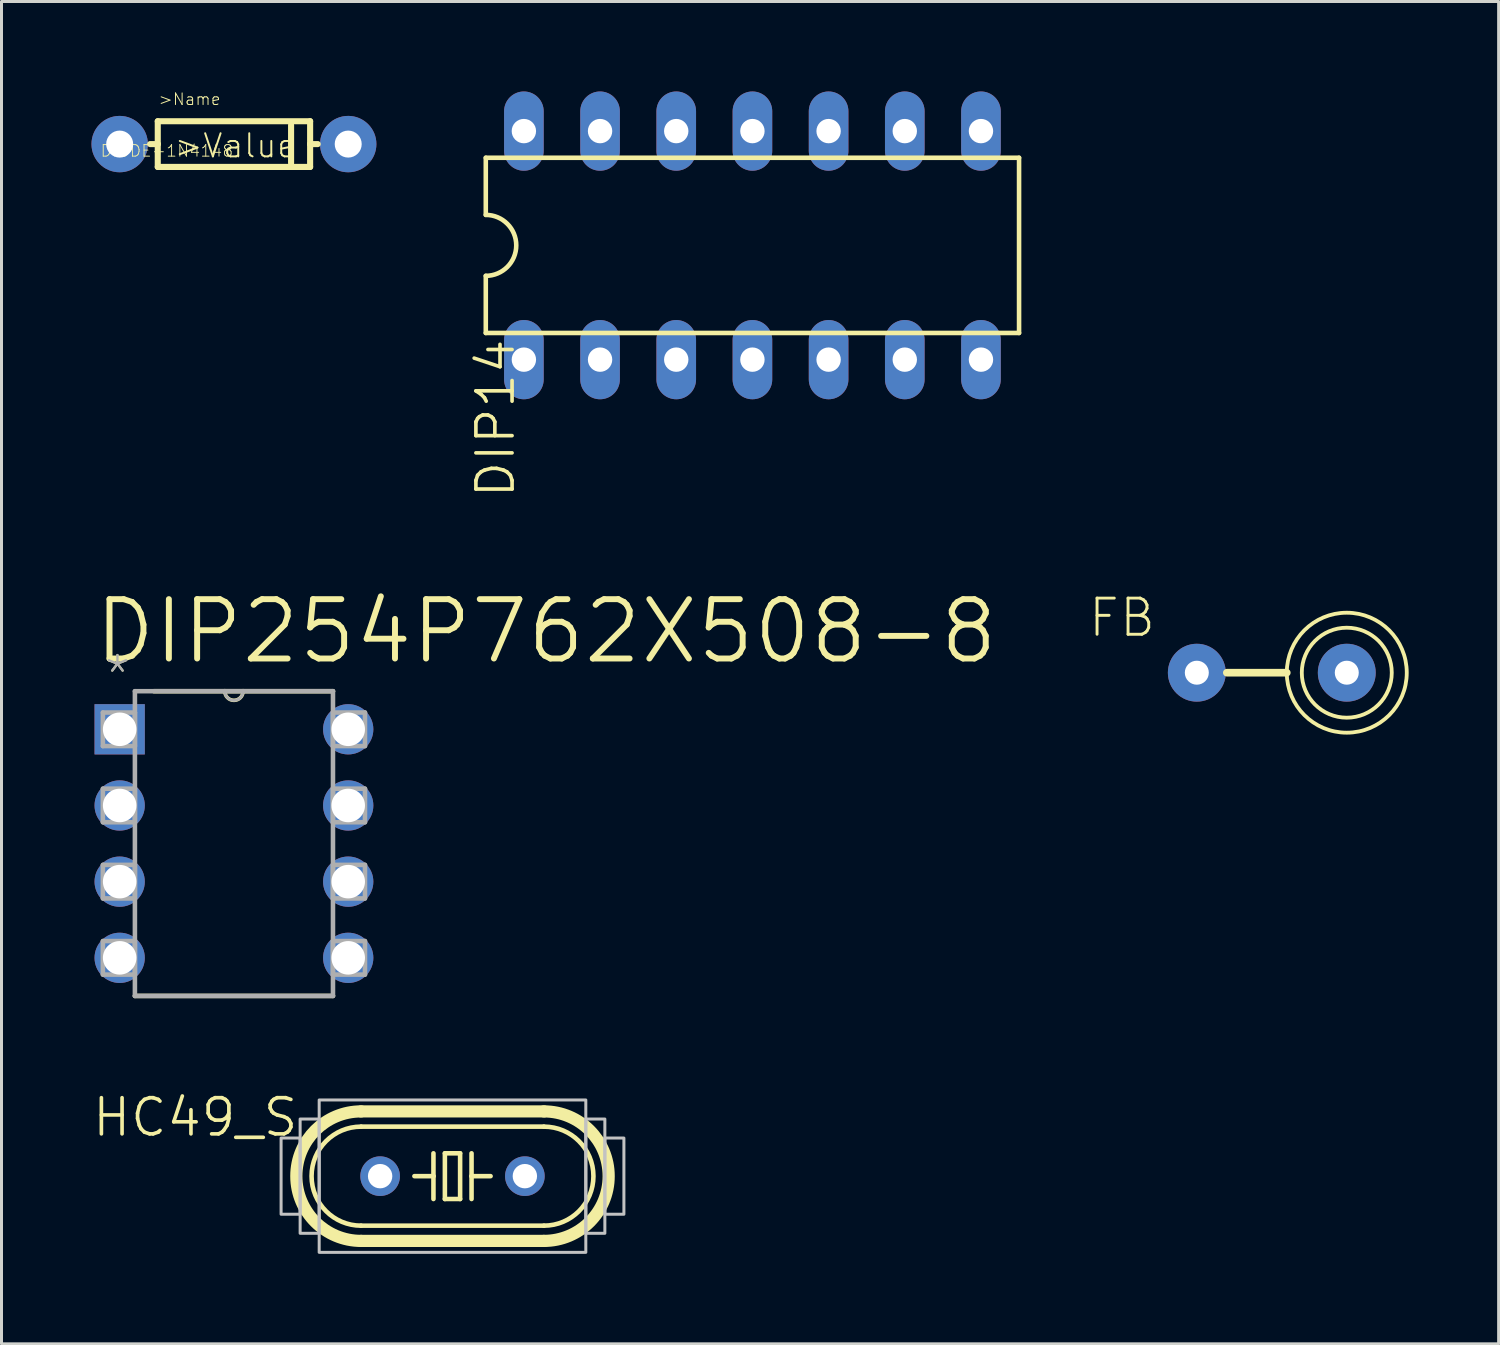
<source format=kicad_pcb>
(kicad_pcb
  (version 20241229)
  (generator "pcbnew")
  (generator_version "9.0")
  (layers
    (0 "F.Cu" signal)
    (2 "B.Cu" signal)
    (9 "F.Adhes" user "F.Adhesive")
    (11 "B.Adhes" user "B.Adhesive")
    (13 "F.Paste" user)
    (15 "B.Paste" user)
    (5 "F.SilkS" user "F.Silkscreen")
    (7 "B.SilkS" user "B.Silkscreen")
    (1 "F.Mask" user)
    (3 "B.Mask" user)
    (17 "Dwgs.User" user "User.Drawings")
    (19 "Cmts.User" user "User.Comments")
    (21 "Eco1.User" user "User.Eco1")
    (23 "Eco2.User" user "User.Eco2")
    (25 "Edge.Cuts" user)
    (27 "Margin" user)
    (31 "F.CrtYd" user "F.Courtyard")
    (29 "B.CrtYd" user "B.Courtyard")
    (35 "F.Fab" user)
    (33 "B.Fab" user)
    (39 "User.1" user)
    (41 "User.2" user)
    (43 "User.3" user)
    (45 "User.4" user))
  (footprint "DIODE-1N4148"
    (layer "F.Cu")
    (at 4.75 1.754)
    (property "Reference" "DIODE-1N4148" (at 0 0 180) (layer "F.SilkS") (effects (font (size 0.386 0.386) (thickness 0.031)) (justify right top)))
    (attr through_hole)
    (fp_line (start -2.54 -0.762) (end 2.54 -0.762) (stroke (width 0.203) (type solid)) (layer "F.SilkS"))
    (fp_line (start -2.54 0) (end -2.794 0) (stroke (width 0.203) (type solid)) (layer "F.SilkS"))
    (fp_line (start -2.54 0) (end -2.54 -0.762) (stroke (width 0.203) (type solid)) (layer "F.SilkS"))
    (fp_line (start -2.54 0.762) (end -2.54 0) (stroke (width 0.203) (type solid)) (layer "F.SilkS"))
    (fp_line (start 1.905 -0.635) (end 1.905 0.635) (stroke (width 0.203) (type solid)) (layer "F.SilkS"))
    (fp_line (start 2.54 -0.762) (end 2.54 0) (stroke (width 0.203) (type solid)) (layer "F.SilkS"))
    (fp_line (start 2.54 0) (end 2.54 0.762) (stroke (width 0.203) (type solid)) (layer "F.SilkS"))
    (fp_line (start 2.54 0) (end 2.794 0) (stroke (width 0.203) (type solid)) (layer "F.SilkS"))
    (fp_line (start 2.54 0.762) (end -2.54 0.762) (stroke (width 0.203) (type solid)) (layer "F.SilkS"))
    (fp_text user ">Name" (at -2.54 -1.27 0) (layer "F.SilkS") (effects (font (size 0.386 0.386) (thickness 0.033)) (justify left bottom)))
    (fp_text user ">Value" (at -2.032 0.508 0) (layer "F.SilkS") (effects (font (size 0.772 0.772) (thickness 0.065)) (justify left bottom)))
    (pad "A" thru_hole circle (at -3.81 0) (size 1.88 1.88) (drill 0.9) (layers "*.Cu" "*.Mask"))
    (pad "C" thru_hole circle (at 3.81 0) (size 1.88 1.88) (drill 0.9) (layers "*.Cu" "*.Mask")))
  (footprint "DIP14"
    (layer "F.Cu")
    (at 22.037 5.131)
    (property "Reference" "DIP14" (at -9.271 3.048 270) (layer "F.SilkS") (effects (font (size 1.206 1.206) (thickness 0.121)) (justify right top)))
    (attr through_hole)
    (fp_line (start -8.89 -2.921) (end -8.89 -1.016) (stroke (width 0.152) (type solid)) (layer "F.SilkS"))
    (fp_line (start -8.89 2.921) (end -8.89 1.016) (stroke (width 0.152) (type solid)) (layer "F.SilkS"))
    (fp_line (start -8.89 2.921) (end 8.89 2.921) (stroke (width 0.152) (type solid)) (layer "F.SilkS"))
    (fp_line (start 8.89 -2.921) (end -8.89 -2.921) (stroke (width 0.152) (type solid)) (layer "F.SilkS"))
    (fp_line (start 8.89 -2.921) (end 8.89 2.921) (stroke (width 0.152) (type solid)) (layer "F.SilkS"))
    (fp_arc (start -8.89 -1.016) (mid -7.874 0) (end -8.89 1.016) (stroke (width 0.1524) (type solid)) (layer "F.SilkS"))
    (pad "1" thru_hole oval (at -7.62 3.81 90) (size 2.642 1.321) (drill 0.813) (layers "*.Cu" "*.Mask"))
    (pad "2" thru_hole oval (at -5.08 3.81 90) (size 2.642 1.321) (drill 0.813) (layers "*.Cu" "*.Mask"))
    (pad "3" thru_hole oval (at -2.54 3.81 90) (size 2.642 1.321) (drill 0.813) (layers "*.Cu" "*.Mask"))
    (pad "4" thru_hole oval (at 0 3.81 90) (size 2.642 1.321) (drill 0.813) (layers "*.Cu" "*.Mask"))
    (pad "5" thru_hole oval (at 2.54 3.81 90) (size 2.642 1.321) (drill 0.813) (layers "*.Cu" "*.Mask"))
    (pad "6" thru_hole oval (at 5.08 3.81 90) (size 2.642 1.321) (drill 0.813) (layers "*.Cu" "*.Mask"))
    (pad "7" thru_hole oval (at 7.62 3.81 90) (size 2.642 1.321) (drill 0.813) (layers "*.Cu" "*.Mask"))
    (pad "8" thru_hole oval (at 7.62 -3.81 90) (size 2.642 1.321) (drill 0.813) (layers "*.Cu" "*.Mask"))
    (pad "9" thru_hole oval (at 5.08 -3.81 90) (size 2.642 1.321) (drill 0.813) (layers "*.Cu" "*.Mask"))
    (pad "10" thru_hole oval (at 2.54 -3.81 90) (size 2.642 1.321) (drill 0.813) (layers "*.Cu" "*.Mask"))
    (pad "11" thru_hole oval (at 0 -3.81 90) (size 2.642 1.321) (drill 0.813) (layers "*.Cu" "*.Mask"))
    (pad "12" thru_hole oval (at -2.54 -3.81 90) (size 2.642 1.321) (drill 0.813) (layers "*.Cu" "*.Mask"))
    (pad "13" thru_hole oval (at -5.08 -3.81 90) (size 2.642 1.321) (drill 0.813) (layers "*.Cu" "*.Mask"))
    (pad "14" thru_hole oval (at -7.62 -3.81 90) (size 2.642 1.321) (drill 0.813) (layers "*.Cu" "*.Mask")))
  (footprint "HC49_S"
    (layer "F.Cu")
    (at 12.037 36.165)
    (property "Reference" "HC49_S" (at -5.08 -2.667 180) (layer "F.SilkS") (effects (font (size 1.206 1.206) (thickness 0.121)) (justify right top)))
    (attr through_hole)
    (fp_line (start -3.048 -2.159) (end 3.048 -2.159) (stroke (width 0.406) (type solid)) (layer "F.SilkS"))
    (fp_line (start -3.048 1.651) (end 3.048 1.651) (stroke (width 0.152) (type solid)) (layer "F.SilkS"))
    (fp_line (start -3.048 2.159) (end 3.048 2.159) (stroke (width 0.406) (type solid)) (layer "F.SilkS"))
    (fp_line (start -0.635 -0.762) (end -0.635 0) (stroke (width 0.152) (type solid)) (layer "F.SilkS"))
    (fp_line (start -0.635 0) (end -1.27 0) (stroke (width 0.152) (type solid)) (layer "F.SilkS"))
    (fp_line (start -0.635 0) (end -0.635 0.762) (stroke (width 0.152) (type solid)) (layer "F.SilkS"))
    (fp_line (start -0.254 -0.762) (end 0.254 -0.762) (stroke (width 0.152) (type solid)) (layer "F.SilkS"))
    (fp_line (start -0.254 0.762) (end -0.254 -0.762) (stroke (width 0.152) (type solid)) (layer "F.SilkS"))
    (fp_line (start 0.254 -0.762) (end 0.254 0.762) (stroke (width 0.152) (type solid)) (layer "F.SilkS"))
    (fp_line (start 0.254 0.762) (end -0.254 0.762) (stroke (width 0.152) (type solid)) (layer "F.SilkS"))
    (fp_line (start 0.635 -0.762) (end 0.635 0) (stroke (width 0.152) (type solid)) (layer "F.SilkS"))
    (fp_line (start 0.635 0) (end 0.635 0.762) (stroke (width 0.152) (type solid)) (layer "F.SilkS"))
    (fp_line (start 0.635 0) (end 1.27 0) (stroke (width 0.152) (type solid)) (layer "F.SilkS"))
    (fp_line (start 3.048 -1.651) (end -3.048 -1.651) (stroke (width 0.152) (type solid)) (layer "F.SilkS"))
    (fp_arc (start -3.048 1.651) (mid -4.699 0) (end -3.048 -1.651) (stroke (width 0.1524) (type solid)) (layer "F.SilkS"))
    (fp_arc (start -3.048 2.159) (mid -5.207 0) (end -3.048 -2.159) (stroke (width 0.4064) (type solid)) (layer "F.SilkS"))
    (fp_arc (start 3.048 -2.159) (mid 5.207 0) (end 3.048 2.159) (stroke (width 0.4064) (type solid)) (layer "F.SilkS"))
    (fp_arc (start 3.048 -1.651) (mid 4.699 0) (end 3.048 1.651) (stroke (width 0.1524) (type solid)) (layer "F.SilkS"))
    (fp_poly (pts (xy -5.715 1.27) (xy -5.08 1.27) (xy -5.08 -1.27) (xy -5.715 -1.27)) (stroke (width 0.1) (type solid)) (fill no) (layer "Dwgs.User"))
    (fp_poly (pts (xy -5.08 1.905) (xy -4.445 1.905) (xy -4.445 -1.905) (xy -5.08 -1.905)) (stroke (width 0.1) (type solid)) (fill no) (layer "Dwgs.User"))
    (fp_poly (pts (xy -4.445 2.54) (xy 4.445 2.54) (xy 4.445 -2.54) (xy -4.445 -2.54)) (stroke (width 0.1) (type solid)) (fill no) (layer "Dwgs.User"))
    (fp_poly (pts (xy 4.445 1.905) (xy 5.08 1.905) (xy 5.08 -1.905) (xy 4.445 -1.905)) (stroke (width 0.1) (type solid)) (fill no) (layer "Dwgs.User"))
    (fp_poly (pts (xy 5.08 1.27) (xy 5.715 1.27) (xy 5.715 -1.27) (xy 5.08 -1.27)) (stroke (width 0.1) (type solid)) (fill no) (layer "Dwgs.User"))
    (pad "1" thru_hole circle (at -2.413 0) (size 1.321 1.321) (drill 0.813) (layers "*.Cu" "*.Mask"))
    (pad "2" thru_hole circle (at 2.413 0) (size 1.321 1.321) (drill 0.813) (layers "*.Cu" "*.Mask")))
  (footprint "FB"
    (layer "F.Cu")
    (at 39.354 19.379)
    (property "Reference" "FB" (at -3.81 -2.54 180) (layer "F.SilkS") (effects (font (size 1.206 1.206) (thickness 0.097)) (justify right top)))
    (attr through_hole)
    (fp_line (start 0.5 0) (end -1.5 0) (stroke (width 0.254) (type solid)) (layer "F.SilkS"))
    (fp_circle (center 2.5 0) (end 4 0) (stroke (width 0.127) (type solid)) (fill no) (layer "F.SilkS"))
    (fp_circle (center 2.5 0) (end 4.5 0) (stroke (width 0.127) (type solid)) (fill no) (layer "F.SilkS"))
    (pad "P$1" thru_hole circle (at -2.5 0) (size 1.93 1.93) (drill 0.8) (layers "*.Cu" "*.Mask"))
    (pad "P$2" thru_hole circle (at 2.5 0) (size 1.93 1.93) (drill 0.8) (layers "*.Cu" "*.Mask")))
  (footprint "DIP254P762X508-8"
    (layer "F.Cu")
    (at 8.56 28.886)
    (property "Reference" "DIP254P762X508-8" (at -8.56 -9.728 0) (layer "F.SilkS") (effects (font (size 1.979 1.979) (thickness 0.198)) (justify left bottom)))
    (attr through_hole)
    (fp_line (start -7.112 1.27) (end -0.508 1.27) (stroke (width 0.152) (type solid)) (layer "F.SilkS"))
    (fp_line (start -4.115 -8.89) (end -6.477 -8.89) (stroke (width 0.152) (type solid)) (layer "F.SilkS"))
    (fp_line (start -3.505 -8.89) (end -4.115 -8.89) (stroke (width 0.152) (type solid)) (layer "F.SilkS"))
    (fp_line (start -0.508 -8.89) (end -3.505 -8.89) (stroke (width 0.152) (type solid)) (layer "F.SilkS"))
    (fp_arc (start -3.5052 -8.89) (mid -3.81 -8.5852) (end -4.1148 -8.89) (stroke (width 0.12) (type solid)) (layer "F.SilkS"))
    (fp_line (start -8.179 -8.179) (end -8.179 -7.061) (stroke (width 0.152) (type solid)) (layer "F.Fab"))
    (fp_line (start -8.179 -7.061) (end -7.112 -7.061) (stroke (width 0.152) (type solid)) (layer "F.Fab"))
    (fp_line (start -8.179 -5.639) (end -8.179 -4.521) (stroke (width 0.152) (type solid)) (layer "F.Fab"))
    (fp_line (start -8.179 -4.521) (end -7.112 -4.521) (stroke (width 0.152) (type solid)) (layer "F.Fab"))
    (fp_line (start -8.179 -3.099) (end -8.179 -1.981) (stroke (width 0.152) (type solid)) (layer "F.Fab"))
    (fp_line (start -8.179 -1.981) (end -7.112 -1.981) (stroke (width 0.152) (type solid)) (layer "F.Fab"))
    (fp_line (start -8.179 -0.559) (end -8.179 0.559) (stroke (width 0.152) (type solid)) (layer "F.Fab"))
    (fp_line (start -8.179 0.559) (end -7.112 0.559) (stroke (width 0.152) (type solid)) (layer "F.Fab"))
    (fp_line (start -7.112 -8.89) (end -7.112 1.27) (stroke (width 0.152) (type solid)) (layer "F.Fab"))
    (fp_line (start -7.112 -8.179) (end -8.179 -8.179) (stroke (width 0.152) (type solid)) (layer "F.Fab"))
    (fp_line (start -7.112 -7.061) (end -7.112 -8.179) (stroke (width 0.152) (type solid)) (layer "F.Fab"))
    (fp_line (start -7.112 -5.639) (end -8.179 -5.639) (stroke (width 0.152) (type solid)) (layer "F.Fab"))
    (fp_line (start -7.112 -4.521) (end -7.112 -5.639) (stroke (width 0.152) (type solid)) (layer "F.Fab"))
    (fp_line (start -7.112 -3.099) (end -8.179 -3.099) (stroke (width 0.152) (type solid)) (layer "F.Fab"))
    (fp_line (start -7.112 -1.981) (end -7.112 -3.099) (stroke (width 0.152) (type solid)) (layer "F.Fab"))
    (fp_line (start -7.112 -0.559) (end -8.179 -0.559) (stroke (width 0.152) (type solid)) (layer "F.Fab"))
    (fp_line (start -7.112 0.559) (end -7.112 -0.559) (stroke (width 0.152) (type solid)) (layer "F.Fab"))
    (fp_line (start -7.112 1.27) (end -0.508 1.27) (stroke (width 0.152) (type solid)) (layer "F.Fab"))
    (fp_line (start -4.115 -8.89) (end -7.112 -8.89) (stroke (width 0.152) (type solid)) (layer "F.Fab"))
    (fp_line (start -3.505 -8.89) (end -4.115 -8.89) (stroke (width 0.152) (type solid)) (layer "F.Fab"))
    (fp_line (start -0.508 -8.89) (end -3.505 -8.89) (stroke (width 0.152) (type solid)) (layer "F.Fab"))
    (fp_line (start -0.508 -8.179) (end -0.508 -7.061) (stroke (width 0.152) (type solid)) (layer "F.Fab"))
    (fp_line (start -0.508 -7.061) (end 0.559 -7.061) (stroke (width 0.152) (type solid)) (layer "F.Fab"))
    (fp_line (start -0.508 -5.639) (end -0.508 -4.521) (stroke (width 0.152) (type solid)) (layer "F.Fab"))
    (fp_line (start -0.508 -4.521) (end 0.559 -4.521) (stroke (width 0.152) (type solid)) (layer "F.Fab"))
    (fp_line (start -0.508 -3.099) (end -0.508 -1.981) (stroke (width 0.152) (type solid)) (layer "F.Fab"))
    (fp_line (start -0.508 -1.981) (end 0.559 -1.981) (stroke (width 0.152) (type solid)) (layer "F.Fab"))
    (fp_line (start -0.508 -0.559) (end -0.508 0.559) (stroke (width 0.152) (type solid)) (layer "F.Fab"))
    (fp_line (start -0.508 0.559) (end 0.559 0.559) (stroke (width 0.152) (type solid)) (layer "F.Fab"))
    (fp_line (start -0.508 1.27) (end -0.508 -8.89) (stroke (width 0.152) (type solid)) (layer "F.Fab"))
    (fp_line (start 0.559 -8.179) (end -0.508 -8.179) (stroke (width 0.152) (type solid)) (layer "F.Fab"))
    (fp_line (start 0.559 -7.061) (end 0.559 -8.179) (stroke (width 0.152) (type solid)) (layer "F.Fab"))
    (fp_line (start 0.559 -5.639) (end -0.508 -5.639) (stroke (width 0.152) (type solid)) (layer "F.Fab"))
    (fp_line (start 0.559 -4.521) (end 0.559 -5.639) (stroke (width 0.152) (type solid)) (layer "F.Fab"))
    (fp_line (start 0.559 -3.099) (end -0.508 -3.099) (stroke (width 0.152) (type solid)) (layer "F.Fab"))
    (fp_line (start 0.559 -1.981) (end 0.559 -3.099) (stroke (width 0.152) (type solid)) (layer "F.Fab"))
    (fp_line (start 0.559 -0.559) (end -0.508 -0.559) (stroke (width 0.152) (type solid)) (layer "F.Fab"))
    (fp_line (start 0.559 0.559) (end 0.559 -0.559) (stroke (width 0.152) (type solid)) (layer "F.Fab"))
    (fp_arc (start -3.5052 -8.89) (mid -3.81 -8.5852) (end -4.1148 -8.89) (stroke (width 0.1) (type solid)) (layer "F.Fab"))
    (fp_text user "*" (at -8.204 -8.738 0) (layer "F.SilkS") (effects (font (size 1.206 1.206) (thickness 0.076)) (justify left bottom)))
    (fp_text user "*" (at -8.204 -8.738 0) (layer "F.Fab") (effects (font (size 1.206 1.206) (thickness 0.076)) (justify left bottom)))
    (pad "1" thru_hole rect (at -7.62 -7.62) (size 1.676 1.676) (drill 1.118) (layers "*.Cu" "*.Mask"))
    (pad "2" thru_hole circle (at -7.62 -5.08) (size 1.676 1.676) (drill 1.118) (layers "*.Cu" "*.Mask"))
    (pad "3" thru_hole circle (at -7.62 -2.54) (size 1.676 1.676) (drill 1.118) (layers "*.Cu" "*.Mask"))
    (pad "4" thru_hole circle (at -7.62 0) (size 1.676 1.676) (drill 1.118) (layers "*.Cu" "*.Mask"))
    (pad "5" thru_hole circle (at 0 0) (size 1.676 1.676) (drill 1.118) (layers "*.Cu" "*.Mask"))
    (pad "6" thru_hole circle (at 0 -2.54) (size 1.676 1.676) (drill 1.118) (layers "*.Cu" "*.Mask"))
    (pad "7" thru_hole circle (at 0 -5.08) (size 1.676 1.676) (drill 1.118) (layers "*.Cu" "*.Mask"))
    (pad "8" thru_hole circle (at 0 -7.62) (size 1.676 1.676) (drill 1.118) (layers "*.Cu" "*.Mask")))
  (gr_rect
    (start -3 -3)
    (end 46.917 41.755)
    (stroke (width 0.1) (type default))
    (fill no)
    (layer "Edge.Cuts")))
</source>
